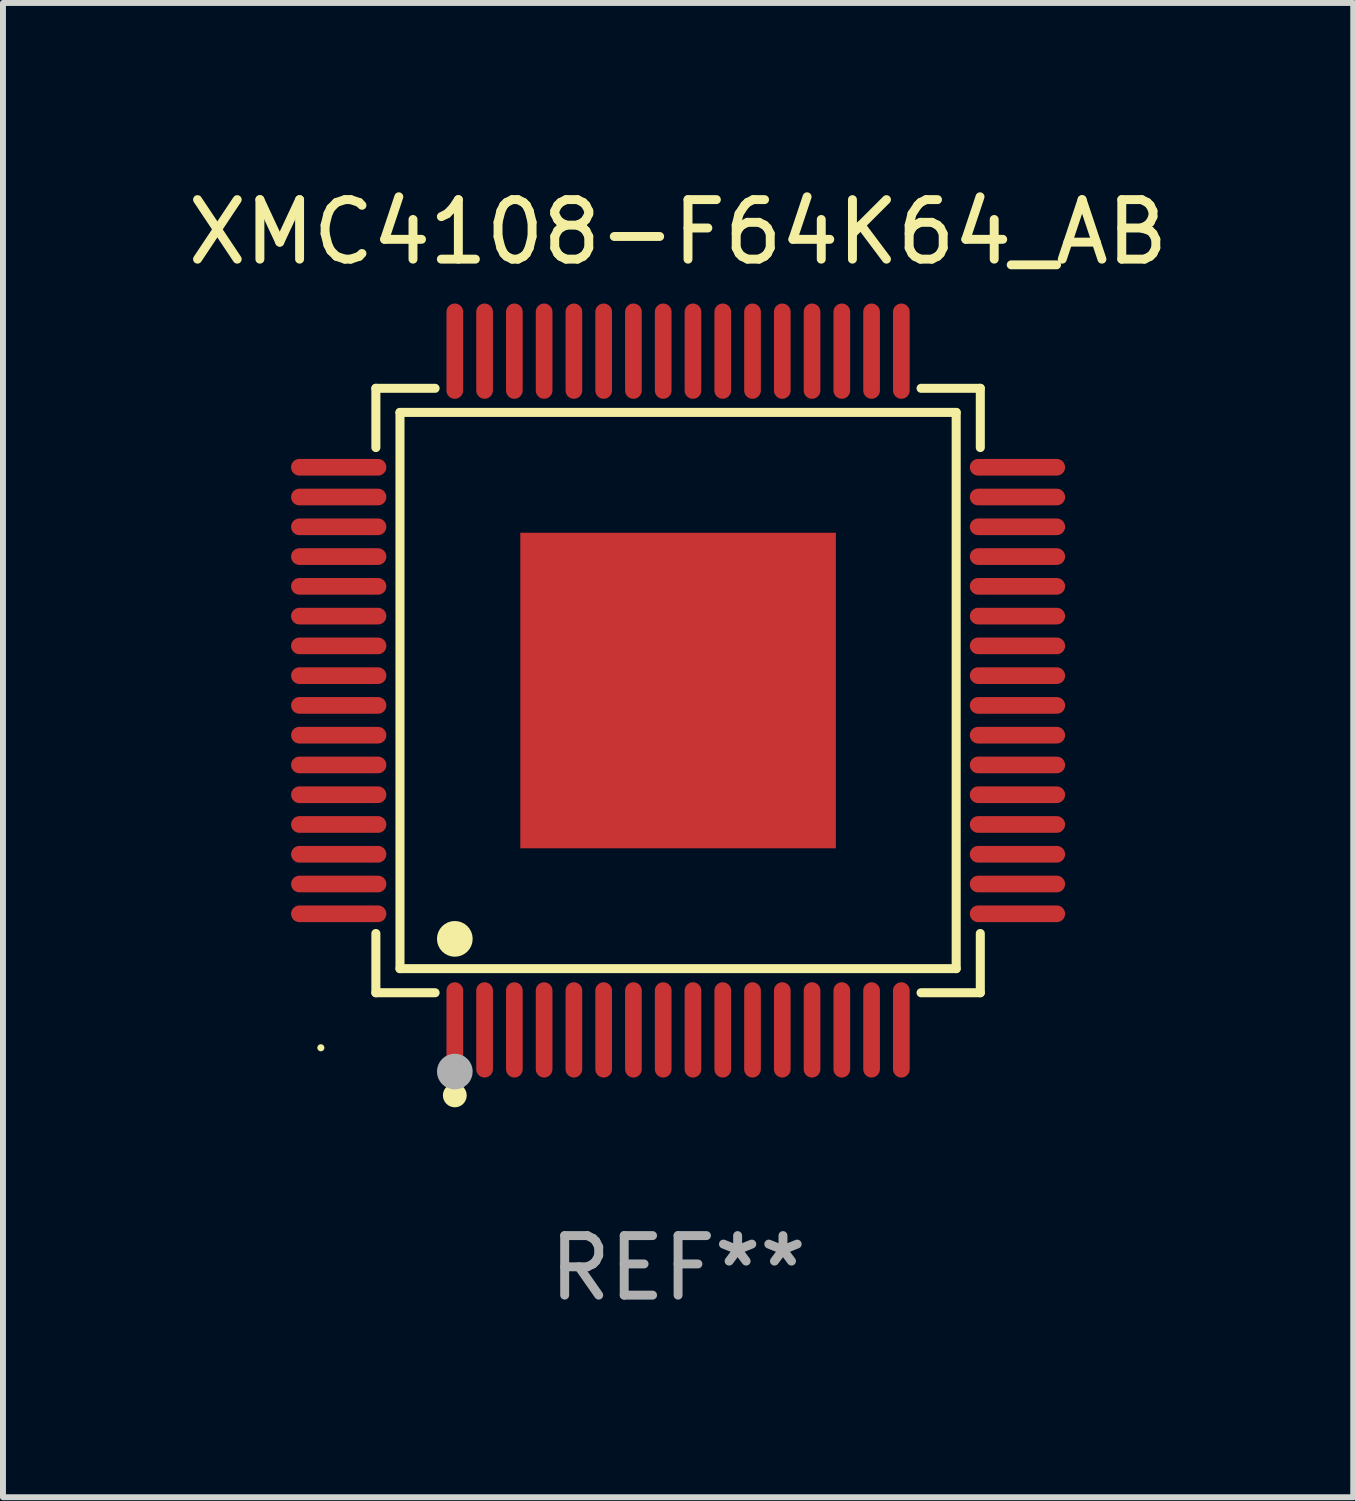
<source format=kicad_pcb>
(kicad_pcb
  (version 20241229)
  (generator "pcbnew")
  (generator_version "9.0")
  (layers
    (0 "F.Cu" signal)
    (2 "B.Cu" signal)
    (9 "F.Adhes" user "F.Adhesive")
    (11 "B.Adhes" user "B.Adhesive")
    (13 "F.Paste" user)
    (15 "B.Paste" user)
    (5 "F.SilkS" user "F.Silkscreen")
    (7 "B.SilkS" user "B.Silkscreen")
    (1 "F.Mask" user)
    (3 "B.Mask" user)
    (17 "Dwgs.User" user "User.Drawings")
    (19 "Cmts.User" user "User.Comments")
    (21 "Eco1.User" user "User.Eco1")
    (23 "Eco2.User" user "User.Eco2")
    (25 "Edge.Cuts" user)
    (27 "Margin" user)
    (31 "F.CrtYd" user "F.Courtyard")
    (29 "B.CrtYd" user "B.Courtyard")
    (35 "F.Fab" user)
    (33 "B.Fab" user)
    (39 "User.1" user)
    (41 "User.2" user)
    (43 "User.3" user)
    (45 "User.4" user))
  (footprint "XMC4108-F64K64_AB"
    (layer "F.Cu")
    (at 8.339 8.548)
    (property "Reference" "XMC4108-F64K64_AB" (at 0 -7.7 0) (layer "F.SilkS") (effects (font (size 1 1) (thickness 0.15))))
    (attr through_hole)
    (fp_line (start -5.076 -5.076) (end -4.081 -5.076) (stroke (width 0.152) (type solid)) (layer "F.SilkS"))
    (fp_line (start -5.076 -4.081) (end -5.076 -5.076) (stroke (width 0.152) (type solid)) (layer "F.SilkS"))
    (fp_line (start -5.076 4.081) (end -5.076 5.076) (stroke (width 0.152) (type solid)) (layer "F.SilkS"))
    (fp_line (start -5.076 5.076) (end -4.081 5.076) (stroke (width 0.152) (type solid)) (layer "F.SilkS"))
    (fp_line (start -4.671 -4.671) (end 4.671 -4.671) (stroke (width 0.152) (type solid)) (layer "F.SilkS"))
    (fp_line (start -4.671 4.671) (end -4.671 -4.671) (stroke (width 0.152) (type solid)) (layer "F.SilkS"))
    (fp_line (start 4.671 -4.671) (end 4.671 4.671) (stroke (width 0.152) (type solid)) (layer "F.SilkS"))
    (fp_line (start 4.671 4.671) (end -4.671 4.671) (stroke (width 0.152) (type solid)) (layer "F.SilkS"))
    (fp_line (start 5.076 -5.076) (end 4.081 -5.076) (stroke (width 0.152) (type solid)) (layer "F.SilkS"))
    (fp_line (start 5.076 -4.081) (end 5.076 -5.076) (stroke (width 0.152) (type solid)) (layer "F.SilkS"))
    (fp_line (start 5.076 4.081) (end 5.076 5.076) (stroke (width 0.152) (type solid)) (layer "F.SilkS"))
    (fp_line (start 5.076 5.076) (end 4.081 5.076) (stroke (width 0.152) (type solid)) (layer "F.SilkS"))
    (fp_circle (center -6 6) (end -5.97 6) (stroke (width 0.06) (type solid)) (fill no) (layer "F.SilkS"))
    (fp_circle (center -3.75 4.171) (end -3.6 4.171) (stroke (width 0.3) (type solid)) (fill no) (layer "F.SilkS"))
    (fp_circle (center -3.75 6.8) (end -3.65 6.8) (stroke (width 0.2) (type solid)) (fill no) (layer "F.SilkS"))
    (fp_circle (center -3.75 6.4) (end -3.6 6.4) (stroke (width 0.3) (type solid)) (fill no) (layer "F.Fab"))
    (fp_text user "REF**" (at 0 9.7 0) (layer "F.Fab") (effects (font (size 1 1) (thickness 0.15))))
    (pad "1" smd oval (at -3.75 5.7) (size 0.28 1.6) (layers "F.Cu" "F.Mask" "F.Paste"))
    (pad "2" smd oval (at -3.25 5.7) (size 0.28 1.6) (layers "F.Cu" "F.Mask" "F.Paste"))
    (pad "3" smd oval (at -2.75 5.7) (size 0.28 1.6) (layers "F.Cu" "F.Mask" "F.Paste"))
    (pad "4" smd oval (at -2.25 5.7) (size 0.28 1.6) (layers "F.Cu" "F.Mask" "F.Paste"))
    (pad "5" smd oval (at -1.75 5.7) (size 0.28 1.6) (layers "F.Cu" "F.Mask" "F.Paste"))
    (pad "6" smd oval (at -1.25 5.7) (size 0.28 1.6) (layers "F.Cu" "F.Mask" "F.Paste"))
    (pad "7" smd oval (at -0.75 5.7) (size 0.28 1.6) (layers "F.Cu" "F.Mask" "F.Paste"))
    (pad "8" smd oval (at -0.25 5.7) (size 0.28 1.6) (layers "F.Cu" "F.Mask" "F.Paste"))
    (pad "9" smd oval (at 0.25 5.7) (size 0.28 1.6) (layers "F.Cu" "F.Mask" "F.Paste"))
    (pad "10" smd oval (at 0.75 5.7) (size 0.28 1.6) (layers "F.Cu" "F.Mask" "F.Paste"))
    (pad "11" smd oval (at 1.25 5.7) (size 0.28 1.6) (layers "F.Cu" "F.Mask" "F.Paste"))
    (pad "12" smd oval (at 1.75 5.7) (size 0.28 1.6) (layers "F.Cu" "F.Mask" "F.Paste"))
    (pad "13" smd oval (at 2.25 5.7) (size 0.28 1.6) (layers "F.Cu" "F.Mask" "F.Paste"))
    (pad "14" smd oval (at 2.75 5.7) (size 0.28 1.6) (layers "F.Cu" "F.Mask" "F.Paste"))
    (pad "15" smd oval (at 3.25 5.7) (size 0.28 1.6) (layers "F.Cu" "F.Mask" "F.Paste"))
    (pad "16" smd oval (at 3.75 5.7) (size 0.28 1.6) (layers "F.Cu" "F.Mask" "F.Paste"))
    (pad "17" smd oval (at 5.7 3.75) (size 1.6 0.28) (layers "F.Cu" "F.Mask" "F.Paste"))
    (pad "18" smd oval (at 5.7 3.25) (size 1.6 0.28) (layers "F.Cu" "F.Mask" "F.Paste"))
    (pad "19" smd oval (at 5.7 2.75) (size 1.6 0.28) (layers "F.Cu" "F.Mask" "F.Paste"))
    (pad "20" smd oval (at 5.7 2.25) (size 1.6 0.28) (layers "F.Cu" "F.Mask" "F.Paste"))
    (pad "21" smd oval (at 5.7 1.75) (size 1.6 0.28) (layers "F.Cu" "F.Mask" "F.Paste"))
    (pad "22" smd oval (at 5.7 1.25) (size 1.6 0.28) (layers "F.Cu" "F.Mask" "F.Paste"))
    (pad "23" smd oval (at 5.7 0.75) (size 1.6 0.28) (layers "F.Cu" "F.Mask" "F.Paste"))
    (pad "24" smd oval (at 5.7 0.25) (size 1.6 0.28) (layers "F.Cu" "F.Mask" "F.Paste"))
    (pad "25" smd oval (at 5.7 -0.25) (size 1.6 0.28) (layers "F.Cu" "F.Mask" "F.Paste"))
    (pad "26" smd oval (at 5.7 -0.75) (size 1.6 0.28) (layers "F.Cu" "F.Mask" "F.Paste"))
    (pad "27" smd oval (at 5.7 -1.25) (size 1.6 0.28) (layers "F.Cu" "F.Mask" "F.Paste"))
    (pad "28" smd oval (at 5.7 -1.75) (size 1.6 0.28) (layers "F.Cu" "F.Mask" "F.Paste"))
    (pad "29" smd oval (at 5.7 -2.25) (size 1.6 0.28) (layers "F.Cu" "F.Mask" "F.Paste"))
    (pad "30" smd oval (at 5.7 -2.75) (size 1.6 0.28) (layers "F.Cu" "F.Mask" "F.Paste"))
    (pad "31" smd oval (at 5.7 -3.25) (size 1.6 0.28) (layers "F.Cu" "F.Mask" "F.Paste"))
    (pad "32" smd oval (at 5.7 -3.75) (size 1.6 0.28) (layers "F.Cu" "F.Mask" "F.Paste"))
    (pad "33" smd oval (at 3.75 -5.7) (size 0.28 1.6) (layers "F.Cu" "F.Mask" "F.Paste"))
    (pad "34" smd oval (at 3.25 -5.7) (size 0.28 1.6) (layers "F.Cu" "F.Mask" "F.Paste"))
    (pad "35" smd oval (at 2.75 -5.7) (size 0.28 1.6) (layers "F.Cu" "F.Mask" "F.Paste"))
    (pad "36" smd oval (at 2.25 -5.7) (size 0.28 1.6) (layers "F.Cu" "F.Mask" "F.Paste"))
    (pad "37" smd oval (at 1.75 -5.7) (size 0.28 1.6) (layers "F.Cu" "F.Mask" "F.Paste"))
    (pad "38" smd oval (at 1.25 -5.7) (size 0.28 1.6) (layers "F.Cu" "F.Mask" "F.Paste"))
    (pad "39" smd oval (at 0.75 -5.7) (size 0.28 1.6) (layers "F.Cu" "F.Mask" "F.Paste"))
    (pad "40" smd oval (at 0.25 -5.7) (size 0.28 1.6) (layers "F.Cu" "F.Mask" "F.Paste"))
    (pad "41" smd oval (at -0.25 -5.7) (size 0.28 1.6) (layers "F.Cu" "F.Mask" "F.Paste"))
    (pad "42" smd oval (at -0.75 -5.7) (size 0.28 1.6) (layers "F.Cu" "F.Mask" "F.Paste"))
    (pad "43" smd oval (at -1.25 -5.7) (size 0.28 1.6) (layers "F.Cu" "F.Mask" "F.Paste"))
    (pad "44" smd oval (at -1.75 -5.7) (size 0.28 1.6) (layers "F.Cu" "F.Mask" "F.Paste"))
    (pad "45" smd oval (at -2.25 -5.7) (size 0.28 1.6) (layers "F.Cu" "F.Mask" "F.Paste"))
    (pad "46" smd oval (at -2.75 -5.7) (size 0.28 1.6) (layers "F.Cu" "F.Mask" "F.Paste"))
    (pad "47" smd oval (at -3.25 -5.7) (size 0.28 1.6) (layers "F.Cu" "F.Mask" "F.Paste"))
    (pad "48" smd oval (at -3.75 -5.7) (size 0.28 1.6) (layers "F.Cu" "F.Mask" "F.Paste"))
    (pad "49" smd oval (at -5.7 -3.75) (size 1.6 0.28) (layers "F.Cu" "F.Mask" "F.Paste"))
    (pad "50" smd oval (at -5.7 -3.25) (size 1.6 0.28) (layers "F.Cu" "F.Mask" "F.Paste"))
    (pad "51" smd oval (at -5.7 -2.75) (size 1.6 0.28) (layers "F.Cu" "F.Mask" "F.Paste"))
    (pad "52" smd oval (at -5.7 -2.25) (size 1.6 0.28) (layers "F.Cu" "F.Mask" "F.Paste"))
    (pad "53" smd oval (at -5.7 -1.75) (size 1.6 0.28) (layers "F.Cu" "F.Mask" "F.Paste"))
    (pad "54" smd oval (at -5.7 -1.25) (size 1.6 0.28) (layers "F.Cu" "F.Mask" "F.Paste"))
    (pad "55" smd oval (at -5.7 -0.75) (size 1.6 0.28) (layers "F.Cu" "F.Mask" "F.Paste"))
    (pad "56" smd oval (at -5.7 -0.25) (size 1.6 0.28) (layers "F.Cu" "F.Mask" "F.Paste"))
    (pad "57" smd oval (at -5.7 0.25) (size 1.6 0.28) (layers "F.Cu" "F.Mask" "F.Paste"))
    (pad "58" smd oval (at -5.7 0.75) (size 1.6 0.28) (layers "F.Cu" "F.Mask" "F.Paste"))
    (pad "59" smd oval (at -5.7 1.25) (size 1.6 0.28) (layers "F.Cu" "F.Mask" "F.Paste"))
    (pad "60" smd oval (at -5.7 1.75) (size 1.6 0.28) (layers "F.Cu" "F.Mask" "F.Paste"))
    (pad "61" smd oval (at -5.7 2.25) (size 1.6 0.28) (layers "F.Cu" "F.Mask" "F.Paste"))
    (pad "62" smd oval (at -5.7 2.75) (size 1.6 0.28) (layers "F.Cu" "F.Mask" "F.Paste"))
    (pad "63" smd oval (at -5.7 3.25) (size 1.6 0.28) (layers "F.Cu" "F.Mask" "F.Paste"))
    (pad "64" smd oval (at -5.7 3.75) (size 1.6 0.28) (layers "F.Cu" "F.Mask" "F.Paste"))
    (pad "65" smd rect (at 0 0) (size 5.3 5.3) (layers "F.Cu" "F.Mask" "F.Paste")))
  (gr_rect
    (start -3 -3)
    (end 19.679 22.097)
    (stroke (width 0.1) (type default))
    (fill no)
    (layer "Edge.Cuts")))
</source>
